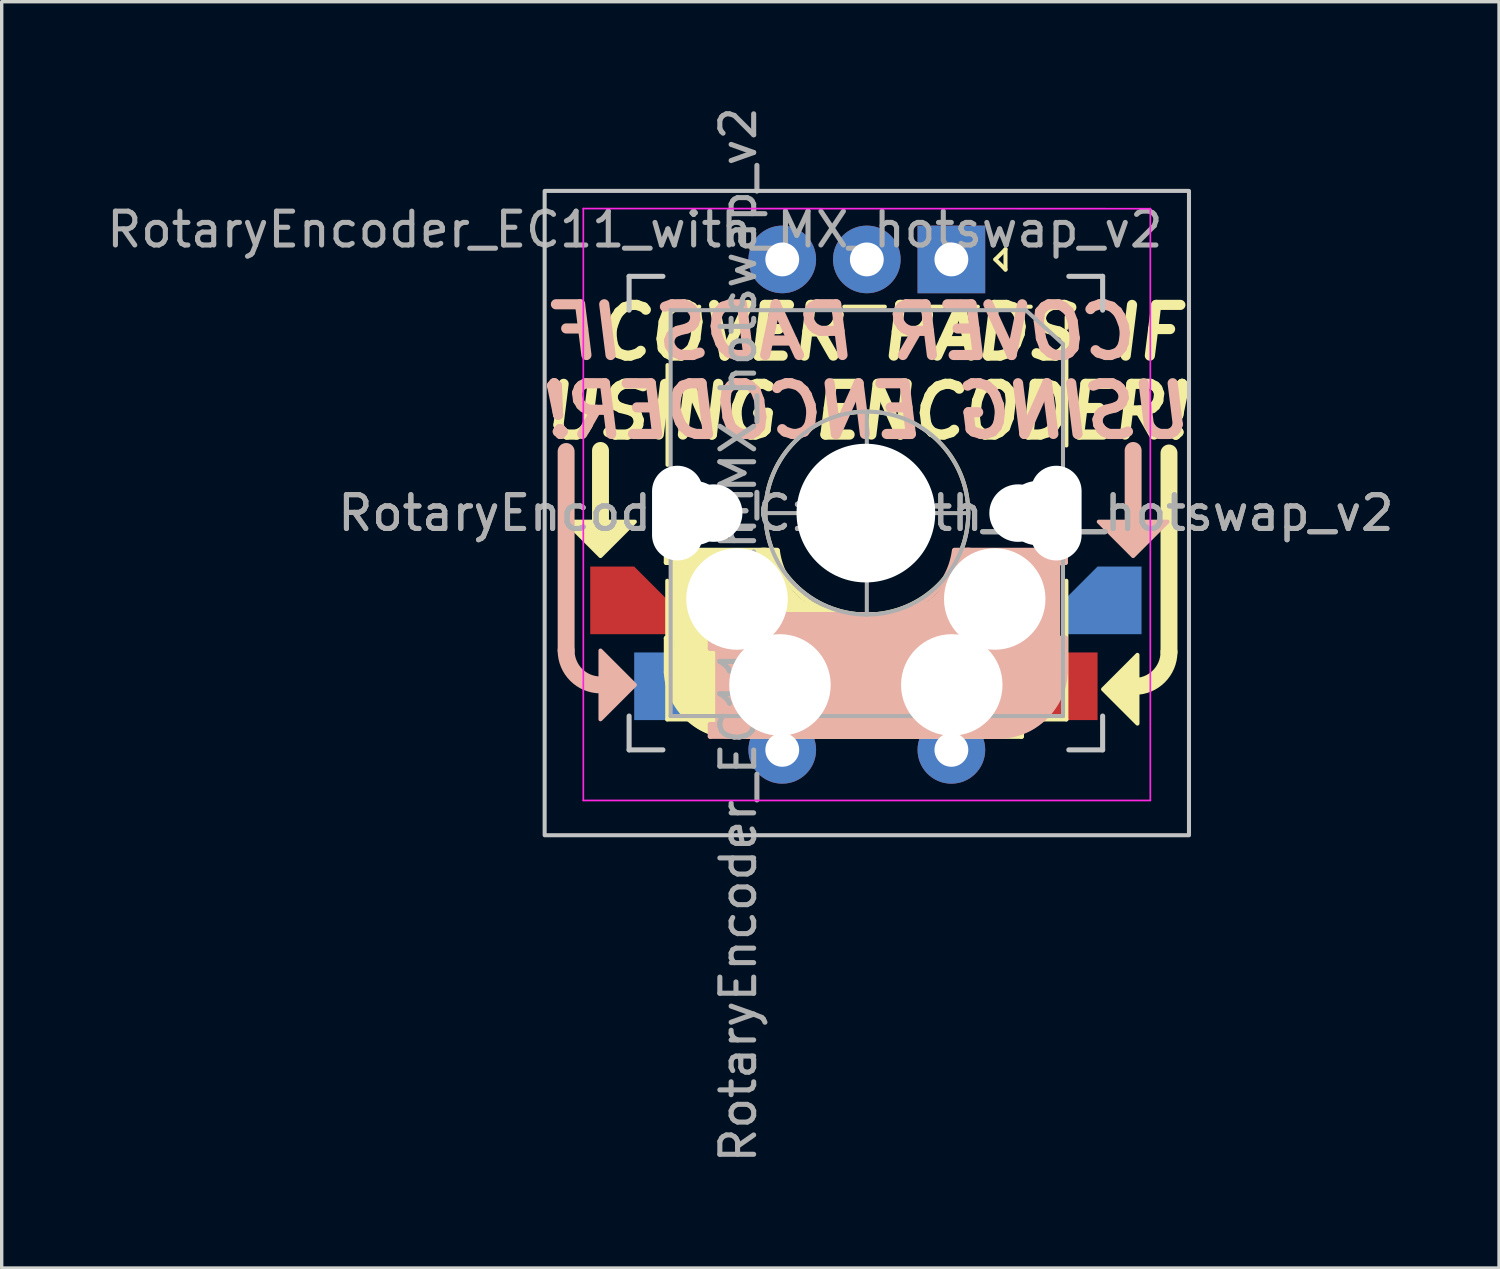
<source format=kicad_pcb>
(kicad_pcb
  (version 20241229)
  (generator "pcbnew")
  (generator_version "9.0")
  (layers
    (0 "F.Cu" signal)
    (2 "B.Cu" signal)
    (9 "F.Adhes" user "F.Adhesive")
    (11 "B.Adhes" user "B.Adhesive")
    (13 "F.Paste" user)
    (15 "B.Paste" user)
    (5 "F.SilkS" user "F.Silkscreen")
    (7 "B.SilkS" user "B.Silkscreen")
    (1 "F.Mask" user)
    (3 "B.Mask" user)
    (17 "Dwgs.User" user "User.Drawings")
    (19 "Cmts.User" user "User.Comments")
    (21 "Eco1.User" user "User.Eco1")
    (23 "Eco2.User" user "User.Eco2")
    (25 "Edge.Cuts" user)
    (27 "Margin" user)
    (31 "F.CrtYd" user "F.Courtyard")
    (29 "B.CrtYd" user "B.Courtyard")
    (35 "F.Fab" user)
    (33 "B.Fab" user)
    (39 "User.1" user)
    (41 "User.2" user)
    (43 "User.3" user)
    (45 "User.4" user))
  (footprint "RotaryEncoder_EC11_with_MX_hotswap_v2"
    (layer "F.Cu")
    (at 16.736 15.168)
    (property "Reference" "RotaryEncoder_EC11_with_MX_hotswap_v2" (at -1.016 -11.43 0) (layer "F.Fab") (effects (font (size 1 1) (thickness 0.15))))
    (attr through_hole)
    (fp_line (start -2.032 -4.9) (end -2.032 -2.72) (stroke (width 0.5) (type solid)) (layer "F.SilkS"))
    (fp_line (start -0.086 -1.948) (end -0.086 -1.588) (stroke (width 0.15) (type solid)) (layer "F.SilkS"))
    (fp_line (start -0.086 -1.948) (end 3.194 -1.948) (stroke (width 0.15) (type solid)) (layer "F.SilkS"))
    (fp_line (start -0.086 0.652) (end 0.114 0.652) (stroke (width 0.15) (type solid)) (layer "F.SilkS"))
    (fp_line (start -0.086 1.652) (end -0.086 0.652) (stroke (width 0.15) (type solid)) (layer "F.SilkS"))
    (fp_line (start -0.058 -8) (end -0.058 -8.65) (stroke (width 0.12) (type solid)) (layer "F.SilkS"))
    (fp_line (start -0.058 3.052) (end -0.058 -1.048) (stroke (width 0.12) (type solid)) (layer "F.SilkS"))
    (fp_line (start -0.05 -4.475) (end -0.05 -7.425) (stroke (width 0.12) (type solid)) (layer "F.SilkS"))
    (fp_line (start 0.014 0.752) (end 0.014 1.652) (stroke (width 0.3) (type solid)) (layer "F.SilkS"))
    (fp_line (start 0.114 -1.748) (end 2.814 -1.748) (stroke (width 0.5) (type solid)) (layer "F.SilkS"))
    (fp_line (start 0.114 -1.588) (end -0.086 -1.588) (stroke (width 0.15) (type solid)) (layer "F.SilkS"))
    (fp_line (start 0.144 0.652) (end 0.144 -1.588) (stroke (width 0.15) (type solid)) (layer "F.SilkS"))
    (fp_line (start 0.514 -1.448) (end 0.514 0.352) (stroke (width 0.8) (type solid)) (layer "F.SilkS"))
    (fp_line (start 0.887 -9.15) (end 0.875 -9.15) (stroke (width 0.12) (type solid)) (layer "F.SilkS"))
    (fp_line (start 1.644 2.052) (end 1.644 -0.188) (stroke (width 3) (type solid)) (layer "F.SilkS"))
    (fp_line (start 1.85 -9.15) (end 1.475 -9.15) (stroke (width 0.12) (type solid)) (layer "F.SilkS"))
    (fp_line (start 2.342 3.052) (end -0.058 3.052) (stroke (width 0.12) (type solid)) (layer "F.SilkS"))
    (fp_line (start 5.414 -0.048) (end 10.414 -0.048) (stroke (width 0.15) (type solid)) (layer "F.SilkS"))
    (fp_line (start 5.842 -3.548) (end 5.842 -2.548) (stroke (width 0.12) (type solid)) (layer "F.SilkS"))
    (fp_line (start 6.342 -3.048) (end 5.342 -3.048) (stroke (width 0.12) (type solid)) (layer "F.SilkS"))
    (fp_line (start 6.375 -9.15) (end 5.175 -9.15) (stroke (width 0.12) (type solid)) (layer "F.SilkS"))
    (fp_line (start 7.142 3.052) (end 4.542 3.052) (stroke (width 0.12) (type solid)) (layer "F.SilkS"))
    (fp_line (start 8.075 -9.15) (end 7.75 -9.15) (stroke (width 0.12) (type solid)) (layer "F.SilkS"))
    (fp_line (start 8.414 1.752) (end 1.714 1.752) (stroke (width 3.5) (type solid)) (layer "F.SilkS"))
    (fp_line (start 9.125 -9.15) (end 8.8 -9.15) (stroke (width 0.12) (type solid)) (layer "F.SilkS"))
    (fp_line (start 9.642 -10.548) (end 9.942 -10.848) (stroke (width 0.12) (type solid)) (layer "F.SilkS"))
    (fp_line (start 9.714 2.952) (end 9.714 0.452) (stroke (width 1) (type solid)) (layer "F.SilkS"))
    (fp_line (start 9.942 -10.848) (end 9.942 -10.248) (stroke (width 0.12) (type solid)) (layer "F.SilkS"))
    (fp_line (start 9.942 -10.248) (end 9.642 -10.548) (stroke (width 0.12) (type solid)) (layer "F.SilkS"))
    (fp_line (start 10.114 0.252) (end 8.714 0.252) (stroke (width 0.5) (type solid)) (layer "F.SilkS"))
    (fp_line (start 10.194 0.952) (end 10.194 3.202) (stroke (width 0.15) (type solid)) (layer "F.SilkS"))
    (fp_line (start 10.214 0.852) (end 10.214 0.152) (stroke (width 0.4) (type solid)) (layer "F.SilkS"))
    (fp_line (start 10.214 3.202) (end 10.414 3.202) (stroke (width 0.15) (type solid)) (layer "F.SilkS"))
    (fp_line (start 10.214 3.352) (end 8.814 3.352) (stroke (width 0.4) (type solid)) (layer "F.SilkS"))
    (fp_line (start 10.414 -0.048) (end 10.414 0.952) (stroke (width 0.15) (type solid)) (layer "F.SilkS"))
    (fp_line (start 10.414 0.952) (end 10.214 0.952) (stroke (width 0.15) (type solid)) (layer "F.SilkS"))
    (fp_line (start 10.414 3.202) (end 10.414 3.552) (stroke (width 0.15) (type solid)) (layer "F.SilkS"))
    (fp_line (start 10.414 3.552) (end 2.014 3.552) (stroke (width 0.15) (type solid)) (layer "F.SilkS"))
    (fp_line (start 10.688 -9.15) (end 10.363 -9.15) (stroke (width 0.12) (type solid)) (layer "F.SilkS"))
    (fp_line (start 11.742 -5.048) (end 11.742 -7.6) (stroke (width 0.12) (type solid)) (layer "F.SilkS"))
    (fp_line (start 11.742 -1.048) (end 11.742 3.052) (stroke (width 0.12) (type solid)) (layer "F.SilkS"))
    (fp_line (start 11.742 3.052) (end 9.342 3.052) (stroke (width 0.12) (type solid)) (layer "F.SilkS"))
    (fp_line (start 11.75 -8.525) (end 11.75 -8.85) (stroke (width 0.12) (type solid)) (layer "F.SilkS"))
    (fp_line (start 14.776 -4.826) (end 14.776 1.06) (stroke (width 0.5) (type solid)) (layer "F.SilkS"))
    (fp_arc (start 2.014 3.552001) (mid 0.570496 3.036925) (end -0.086001 1.652) (stroke (width 0.15) (type solid)) (layer "F.SilkS"))
    (fp_arc (start 5.014 0.352) (mid 3.545291 -0.161882) (end 2.797682 -1.526529) (stroke (width 1) (type solid)) (layer "F.SilkS"))
    (fp_arc (start 5.414 -0.048) (mid 3.945291 -0.561882) (end 3.197682 -1.926529) (stroke (width 0.15) (type solid)) (layer "F.SilkS"))
    (fp_arc (start 14.77558 1.05958) (mid 14.478 1.778) (end 13.75958 2.07558) (stroke (width 0.5) (type solid)) (layer "F.SilkS"))
    (fp_circle (center 5.842 -3.048) (end 5.842 -0.048) (stroke (width 0.12) (type solid)) (fill no) (layer "F.SilkS"))
    (fp_poly (pts (xy -1.016 -2.794) (xy -2.032 -1.778) (xy -3.048 -2.794)) (stroke (width 0.12) (type solid)) (fill yes) (layer "F.SilkS"))
    (fp_poly (pts (xy 13.843 3.175) (xy 12.827 2.159) (xy 13.843 1.143)) (stroke (width 0.12) (type solid)) (fill yes) (layer "F.SilkS"))
    (fp_line (start -3.048 -4.87) (end -3.048 1.016) (stroke (width 0.5) (type solid)) (layer "B.SilkS"))
    (fp_line (start 1.214 -0.048) (end 1.214 0.952) (stroke (width 0.15) (type solid)) (layer "B.SilkS"))
    (fp_line (start 1.214 0.952) (end 1.414 0.952) (stroke (width 0.15) (type solid)) (layer "B.SilkS"))
    (fp_line (start 1.214 3.202) (end 1.214 3.552) (stroke (width 0.15) (type solid)) (layer "B.SilkS"))
    (fp_line (start 1.214 3.552) (end 9.614 3.552) (stroke (width 0.15) (type solid)) (layer "B.SilkS"))
    (fp_line (start 1.414 0.852) (end 1.414 0.152) (stroke (width 0.4) (type solid)) (layer "B.SilkS"))
    (fp_line (start 1.414 3.202) (end 1.214 3.202) (stroke (width 0.15) (type solid)) (layer "B.SilkS"))
    (fp_line (start 1.414 3.352) (end 2.814 3.352) (stroke (width 0.4) (type solid)) (layer "B.SilkS"))
    (fp_line (start 1.434 0.952) (end 1.434 3.202) (stroke (width 0.15) (type solid)) (layer "B.SilkS"))
    (fp_line (start 1.514 0.252) (end 2.914 0.252) (stroke (width 0.5) (type solid)) (layer "B.SilkS"))
    (fp_line (start 1.914 2.952) (end 1.914 0.452) (stroke (width 1) (type solid)) (layer "B.SilkS"))
    (fp_line (start 3.214 1.752) (end 9.914 1.752) (stroke (width 3.5) (type solid)) (layer "B.SilkS"))
    (fp_line (start 6.214 -0.048) (end 1.214 -0.048) (stroke (width 0.15) (type solid)) (layer "B.SilkS"))
    (fp_line (start 9.984 2.052) (end 9.984 -0.188) (stroke (width 3) (type solid)) (layer "B.SilkS"))
    (fp_line (start 11.114 -1.448) (end 11.114 0.352) (stroke (width 0.8) (type solid)) (layer "B.SilkS"))
    (fp_line (start 11.484 0.652) (end 11.484 -1.588) (stroke (width 0.15) (type solid)) (layer "B.SilkS"))
    (fp_line (start 11.514 -1.748) (end 8.814 -1.748) (stroke (width 0.5) (type solid)) (layer "B.SilkS"))
    (fp_line (start 11.514 -1.588) (end 11.714 -1.588) (stroke (width 0.15) (type solid)) (layer "B.SilkS"))
    (fp_line (start 11.614 0.752) (end 11.614 1.652) (stroke (width 0.3) (type solid)) (layer "B.SilkS"))
    (fp_line (start 11.714 -1.948) (end 8.434 -1.948) (stroke (width 0.15) (type solid)) (layer "B.SilkS"))
    (fp_line (start 11.714 -1.948) (end 11.714 -1.588) (stroke (width 0.15) (type solid)) (layer "B.SilkS"))
    (fp_line (start 11.714 0.652) (end 11.514 0.652) (stroke (width 0.15) (type solid)) (layer "B.SilkS"))
    (fp_line (start 11.714 1.652) (end 11.714 0.652) (stroke (width 0.15) (type solid)) (layer "B.SilkS"))
    (fp_line (start 13.716 -4.9) (end 13.716 -2.72) (stroke (width 0.5) (type solid)) (layer "B.SilkS"))
    (fp_arc (start -2.032 2.032) (mid -2.75042 1.73442) (end -3.048 1.016) (stroke (width 0.5) (type solid)) (layer "B.SilkS"))
    (fp_arc (start 8.430318 -1.926529) (mid 7.682709 -0.561882) (end 6.214 -0.048) (stroke (width 0.15) (type solid)) (layer "B.SilkS"))
    (fp_arc (start 8.830318 -1.526529) (mid 8.082709 -0.161882) (end 6.614 0.352) (stroke (width 1) (type solid)) (layer "B.SilkS"))
    (fp_arc (start 11.714 1.651999) (mid 11.057504 3.036924) (end 9.614001 3.552) (stroke (width 0.15) (type solid)) (layer "B.SilkS"))
    (fp_poly (pts (xy -2.032 3.048) (xy -1.016 2.032) (xy -2.032 1.016)) (stroke (width 0.12) (type solid)) (fill yes) (layer "B.SilkS"))
    (fp_poly (pts (xy 12.7 -2.794) (xy 13.716 -1.778) (xy 14.732 -2.794)) (stroke (width 0.12) (type solid)) (fill yes) (layer "B.SilkS"))
    (fp_line (start -1.186 -10.048) (end -1.186 -9.048) (stroke (width 0.15) (type solid)) (layer "Dwgs.User"))
    (fp_line (start -1.186 3.952) (end -1.186 2.952) (stroke (width 0.15) (type solid)) (layer "Dwgs.User"))
    (fp_line (start -1.186 3.952) (end -0.186 3.952) (stroke (width 0.15) (type solid)) (layer "Dwgs.User"))
    (fp_line (start -0.186 -10.048) (end -1.186 -10.048) (stroke (width 0.15) (type solid)) (layer "Dwgs.User"))
    (fp_line (start 12.814 -10.048) (end 11.814 -10.048) (stroke (width 0.15) (type solid)) (layer "Dwgs.User"))
    (fp_line (start 12.814 -9.048) (end 12.814 -10.048) (stroke (width 0.15) (type solid)) (layer "Dwgs.User"))
    (fp_line (start 12.814 2.952) (end 12.814 3.952) (stroke (width 0.15) (type solid)) (layer "Dwgs.User"))
    (fp_line (start 12.814 3.952) (end 11.814 3.952) (stroke (width 0.15) (type solid)) (layer "Dwgs.User"))
    (fp_rect (start 15.367 6.477) (end -3.683 -12.573) (stroke (width 0.12) (type solid)) (fill no) (layer "Dwgs.User"))
    (fp_line (start -2.54 5.448) (end -2.54 -12.052) (stroke (width 0.05) (type solid)) (layer "F.CrtYd"))
    (fp_line (start -2.54 5.448) (end 14.224 5.448) (stroke (width 0.05) (type solid)) (layer "F.CrtYd"))
    (fp_line (start 14.224 -12.052) (end 14.224 5.448) (stroke (width 0.05) (type solid)) (layer "F.CrtYd"))
    (fp_line (start 14.224 -12.048) (end -2.54 -12.052) (stroke (width 0.05) (type solid)) (layer "F.CrtYd"))
    (fp_line (start 0.042 -9.048) (end 10.542 -9.048) (stroke (width 0.12) (type solid)) (layer "F.Fab"))
    (fp_line (start 0.042 2.952) (end 0.042 -9.048) (stroke (width 0.12) (type solid)) (layer "F.Fab"))
    (fp_line (start 5.842 -6.048) (end 5.842 -0.048) (stroke (width 0.12) (type solid)) (layer "F.Fab"))
    (fp_line (start 8.842 -3.048) (end 2.842 -3.048) (stroke (width 0.12) (type solid)) (layer "F.Fab"))
    (fp_line (start 10.542 -9.048) (end 11.642 -8.048) (stroke (width 0.12) (type solid)) (layer "F.Fab"))
    (fp_line (start 11.642 -8.048) (end 11.642 2.952) (stroke (width 0.12) (type solid)) (layer "F.Fab"))
    (fp_line (start 11.642 2.952) (end 0.042 2.952) (stroke (width 0.12) (type solid)) (layer "F.Fab"))
    (fp_circle (center 5.842 -3.048) (end 5.842 -0.048) (stroke (width 0.12) (type solid)) (fill no) (layer "F.Fab"))
    (fp_text user "COVER PADS IF " (at 7.112 -8.382 0) (unlocked yes) (layer "F.SilkS") (effects (font (size 1.5 1.5) (thickness 0.3) (italic yes))))
    (fp_text user "USING ENCODER!" (at 5.842 -6.048 0) (unlocked yes) (layer "F.SilkS") (effects (font (size 1.5 1.5) (thickness 0.3) (italic yes))))
    (fp_text user "USING ENCODER!" (at 5.92 -6.066 0) (unlocked yes) (layer "B.SilkS") (effects (font (size 1.5 1.5) (thickness 0.3) (italic yes)) (justify mirror)))
    (fp_text user "COVER PADS IF " (at 4.65 -8.4 0) (unlocked yes) (layer "B.SilkS") (effects (font (size 1.5 1.5) (thickness 0.3) (italic yes)) (justify mirror)))
    (fp_text user "${REFERENCE}" (at 5.814 -3.048 180) (layer "F.Fab") (effects (font (size 1 1) (thickness 0.15))))
    (fp_text user "${REFERENCE}" (at 2.042 0.552 270) (layer "F.Fab") (effects (font (size 1 1) (thickness 0.15))))
    (fp_text user "${REFERENCE}" (at 5.814 -3.048 180) (layer "F.Fab") (effects (font (size 1 1) (thickness 0.15))))
    (pad "" np_thru_hole oval (at 0.242 -3.048 270) (size 2.8 1.5) (drill oval 2.8 1.5) (layers "*.Cu" "*.Mask"))
    (pad "" np_thru_hole circle (at 0.734 -3.048 180) (size 1.9 1.9) (drill 1.9) (layers "*.Cu" "*.Mask"))
    (pad "" np_thru_hole circle (at 1.314 -3.048 180) (size 1.7 1.7) (drill 1.7) (layers "*.Cu" "*.Mask"))
    (pad "" np_thru_hole circle (at 2.004 -0.508) (size 3 3) (drill 3) (layers "*.Cu" "*.Mask"))
    (pad "" np_thru_hole circle (at 3.274 2.032) (size 3 3) (drill 3) (layers "*.Cu" "*.Mask"))
    (pad "" np_thru_hole circle (at 5.814 -3.048 270) (size 4.1 4.1) (drill 4.1) (layers "*.Cu" "*.Mask"))
    (pad "" np_thru_hole circle (at 8.354 2.032) (size 3 3) (drill 3) (layers "*.Cu" "*.Mask"))
    (pad "" np_thru_hole circle (at 9.624 -0.508) (size 3 3) (drill 3) (layers "*.Cu" "*.Mask"))
    (pad "" np_thru_hole circle (at 10.314 -3.048 180) (size 1.7 1.7) (drill 1.7) (layers "*.Cu" "*.Mask"))
    (pad "" np_thru_hole circle (at 10.894 -3.048 180) (size 1.9 1.9) (drill 1.9) (layers "*.Cu" "*.Mask"))
    (pad "" np_thru_hole oval (at 11.442 -3.048 270) (size 2.8 1.5) (drill oval 2.8 1.5) (layers "*.Cu" "*.Mask"))
    (pad "A" thru_hole rect (at 8.342 -10.548 270) (size 2 2) (drill 1) (layers "*.Cu" "*.Mask"))
    (pad "B" thru_hole circle (at 3.342 -10.548 270) (size 2 2) (drill 1) (layers "*.Cu" "*.Mask"))
    (pad "C" thru_hole circle (at 5.842 -10.548 270) (size 2 2) (drill 1) (layers "*.Cu" "*.Mask"))
    (pad "S1" smd rect (at 0.114 2.072) (size 2.3 2) (layers "B.Cu" "B.Mask" "B.Paste"))
    (pad "S1" thru_hole circle (at 8.342 3.952 270) (size 2 2) (drill 1) (layers "*.Cu" "*.Mask"))
    (pad "S1" smd rect (at 11.514 2.072) (size 2.3 2) (layers "F.Cu" "F.Mask" "F.Paste"))
    (pad "S2" smd roundrect (at -1.186 -0.468) (size 2.3 2) (layers "F.Cu" "F.Mask" "F.Paste") (roundrect_rratio 0) (chamfer_ratio 0.5) (chamfer top_right))
    (pad "S2" thru_hole circle (at 3.342 3.952 270) (size 2 2) (drill 1) (layers "*.Cu" "*.Mask"))
    (pad "S2" smd roundrect (at 12.814 -0.468) (size 2.3 2) (layers "B.Cu" "B.Mask" "B.Paste") (roundrect_rratio 0) (chamfer_ratio 0.5) (chamfer top_left)))
  (gr_rect
    (start -3 -3)
    (end 41.27 34.44)
    (stroke (width 0.1) (type default))
    (fill no)
    (layer "Edge.Cuts")))
</source>
